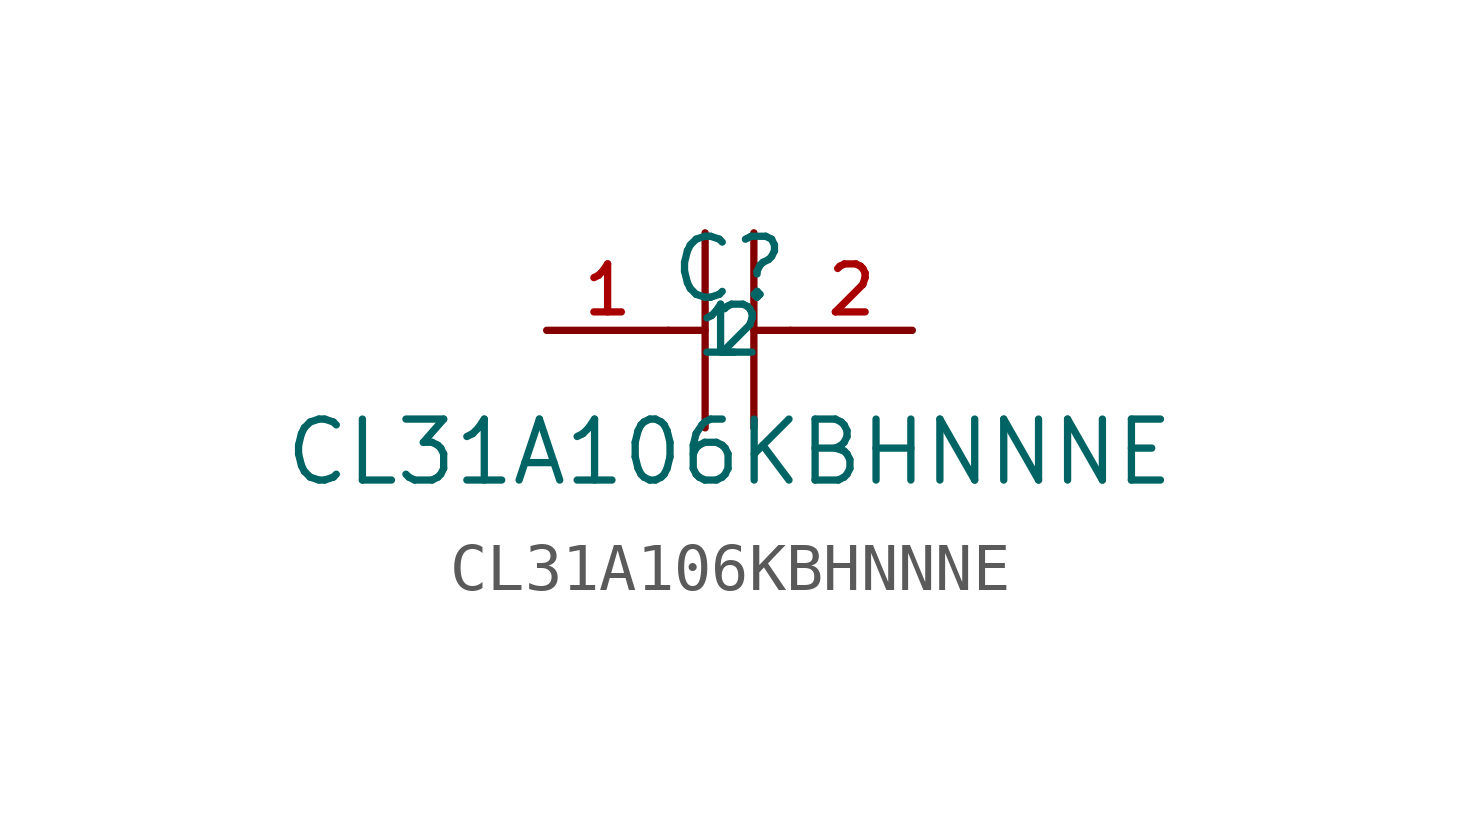
<source format=kicad_sym>
(kicad_symbol_lib
  (version 20210201)
  (generator TousstNicolas/JLC2KiCad_lib)
  (symbol "CL31A106KBHNNNE"
    (property "Reference" "C"
      (at 0 1.27 0)
      (effects (font (size 1.27 1.27))))
    (property "Value" "CL31A106KBHNNNE"
      (at 0 -2.54 0)
      (effects (font (size 1.27 1.27))))
    (symbol "CL31A106KBHNNNE_0_1"
      (polyline (pts (xy -0.508 2.032) (xy -0.508 -2.032)) (stroke (width 0) (type default) (color 0 0 0 0)) (fill (type none)))
      (polyline (pts (xy 0.508 2.032) (xy 0.508 -2.032)) (stroke (width 0) (type default) (color 0 0 0 0)) (fill (type none)))
      (pin input line (at -3.81 -0.0 0) (length 2.54) (name "1" (effects (font (size 1 1)))) (number "1" (effects (font (size 1 1)))))
      (pin input line (at 3.81 -0.0 180) (length 2.54) (name "2" (effects (font (size 1 1)))) (number "2" (effects (font (size 1 1)))))
      (polyline (pts (xy -1.27 -0.0) (xy -0.508 -0.0)) (stroke (width 0) (type default) (color 0 0 0 0)) (fill (type none)))
      (polyline (pts (xy 0.508 -0.0) (xy 1.27 -0.0)) (stroke (width 0) (type default) (color 0 0 0 0)) (fill (type none))))))
</source>
